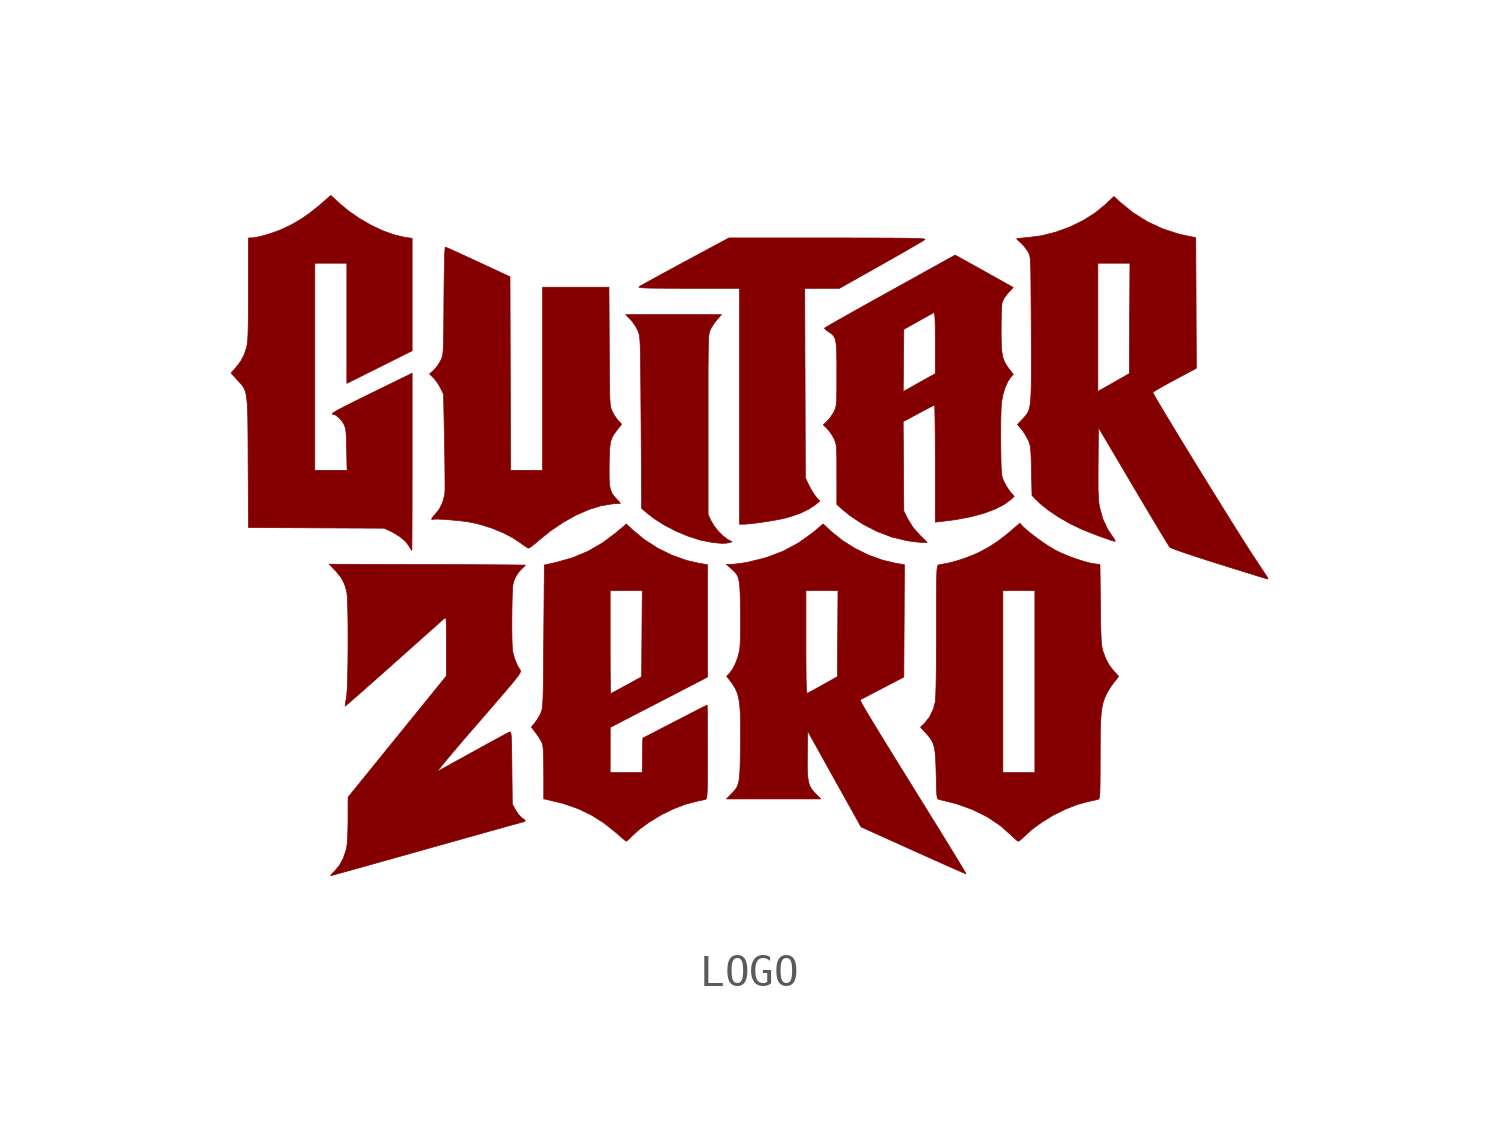
<source format=kicad_sym>
(kicad_symbol_lib
  (version 20220914)
  (generator bitmap2component)
  (symbol "LOGO"
    (pin_names
      (offset 1.016))
    (property "Reference" "#G"
      (at 0 10.02 0)
      (effects (font (size 1.27 1.27)) hide))
    (symbol "LOGO_0_0"
      (polyline (pts (xy -13.112 -10.65) (xy -13.028 -10.628) (xy -12.884 -10.589) (xy -12.684 -10.534) (xy -12.434 -10.464) (xy -12.139 -10.382) (xy -11.804 -10.288) (xy -11.434 -10.184) (xy -11.034 -10.072) (xy -10.609 -9.953) (xy -10.164 -9.827) (xy -9.862 -9.742) (xy -9.427 -9.62) (xy -9.015 -9.504) (xy -8.629 -9.396) (xy -8.276 -9.297) (xy -7.96 -9.209) (xy -7.688 -9.133) (xy -7.463 -9.07) (xy -7.292 -9.023) (xy -7.179 -8.992) (xy -7.13 -8.98) (xy -7.095 -8.972) (xy -7.04 -8.945) (xy -7.053 -8.908) (xy -7.132 -8.853) (xy -7.183 -8.812) (xy -7.264 -8.718) (xy -7.339 -8.603) (xy -7.444 -8.413) (xy -7.456 -7.271) (xy -7.459 -6.976) (xy -7.463 -6.719) (xy -7.467 -6.52) (xy -7.472 -6.372) (xy -7.478 -6.269) (xy -7.486 -6.202) (xy -7.497 -6.165) (xy -7.51 -6.151) (xy -7.527 -6.152) (xy -7.553 -6.164) (xy -7.637 -6.209) (xy -7.771 -6.281) (xy -7.946 -6.376) (xy -8.156 -6.49) (xy -8.392 -6.62) (xy -8.645 -6.76) (xy -8.823 -6.857) (xy -9.067 -6.992) (xy -9.289 -7.114) (xy -9.479 -7.219) (xy -9.631 -7.303) (xy -9.737 -7.36) (xy -9.787 -7.388) (xy -9.783 -7.374) (xy -9.736 -7.311) (xy -9.65 -7.204) (xy -9.527 -7.055) (xy -9.372 -6.87) (xy -9.189 -6.654) (xy -8.981 -6.41) (xy -8.752 -6.144) (xy -8.506 -5.86) (xy -8.364 -5.696) (xy -8.097 -5.388) (xy -7.873 -5.129) (xy -7.687 -4.912) (xy -7.537 -4.735) (xy -7.418 -4.593) (xy -7.328 -4.481) (xy -7.263 -4.396) (xy -7.22 -4.333) (xy -7.195 -4.288) (xy -7.185 -4.256) (xy -7.186 -4.234) (xy -7.196 -4.216) (xy -7.289 -4.058) (xy -7.373 -3.853) (xy -7.43 -3.639) (xy -7.435 -3.604) (xy -7.445 -3.476) (xy -7.452 -3.29) (xy -7.456 -3.055) (xy -7.458 -2.782) (xy -7.456 -2.48) (xy -7.454 -2.321) (xy -7.45 -2.067) (xy -7.445 -1.869) (xy -7.439 -1.719) (xy -7.431 -1.606) (xy -7.42 -1.521) (xy -7.405 -1.454) (xy -7.385 -1.396) (xy -7.359 -1.336) (xy -7.322 -1.264) (xy -7.238 -1.137) (xy -7.153 -1.041) (xy -7.117 -1.01) (xy -7.056 -0.952) (xy -7.032 -0.925) (xy -7.052 -0.924) (xy -7.138 -0.922) (xy -7.286 -0.92) (xy -7.492 -0.918) (xy -7.751 -0.916) (xy -8.056 -0.914) (xy -8.403 -0.912) (xy -8.787 -0.91) (xy -9.203 -0.909) (xy -9.644 -0.907) (xy -10.107 -0.905) (xy -13.183 -0.896) (xy -12.999 -1.085) (xy -12.97 -1.115) (xy -12.81 -1.312) (xy -12.702 -1.516) (xy -12.633 -1.751) (xy -12.628 -1.776) (xy -12.617 -1.893) (xy -12.608 -2.069) (xy -12.601 -2.293) (xy -12.595 -2.556) (xy -12.592 -2.846) (xy -12.591 -3.156) (xy -12.591 -3.474) (xy -12.593 -3.79) (xy -12.597 -4.094) (xy -12.603 -4.377) (xy -12.611 -4.629) (xy -12.62 -4.839) (xy -12.631 -4.997) (xy -12.643 -5.094) (xy -12.666 -5.212) (xy -12.68 -5.301) (xy -12.681 -5.34) (xy -12.665 -5.329) (xy -12.599 -5.274) (xy -12.489 -5.18) (xy -12.339 -5.049) (xy -12.153 -4.886) (xy -11.937 -4.695) (xy -11.694 -4.481) (xy -11.431 -4.247) (xy -11.151 -3.998) (xy -10.949 -3.818) (xy -10.677 -3.575) (xy -10.424 -3.349) (xy -10.194 -3.144) (xy -9.992 -2.965) (xy -9.824 -2.815) (xy -9.694 -2.7) (xy -9.608 -2.623) (xy -9.57 -2.59) (xy -9.562 -2.584) (xy -9.545 -2.576) (xy -9.532 -2.586) (xy -9.522 -2.623) (xy -9.515 -2.694) (xy -9.511 -2.806) (xy -9.508 -2.966) (xy -9.507 -3.184) (xy -9.507 -3.466) (xy -9.507 -4.395) (xy -11.048 -6.296) (xy -12.59 -8.198) (xy -12.591 -8.861) (xy -12.593 -9.049) (xy -12.598 -9.27) (xy -12.606 -9.469) (xy -12.616 -9.628) (xy -12.627 -9.732) (xy -12.654 -9.863) (xy -12.741 -10.114) (xy -12.863 -10.337) (xy -13.009 -10.511) (xy -13.077 -10.578) (xy -13.126 -10.634) (xy -13.132 -10.655) (xy -13.112 -10.65)) (stroke (width 0.01) (type default)) (fill (type outline)))
      (polyline (pts (xy 6.772 -10.59) (xy 6.74 -10.533) (xy 6.674 -10.422) (xy 6.577 -10.262) (xy 6.454 -10.059) (xy 6.306 -9.818) (xy 6.137 -9.543) (xy 5.95 -9.239) (xy 5.748 -8.913) (xy 5.535 -8.568) (xy 5.313 -8.211) (xy 5.005 -7.713) (xy 4.731 -7.272) (xy 4.491 -6.883) (xy 4.281 -6.543) (xy 4.1 -6.248) (xy 3.946 -5.997) (xy 3.818 -5.786) (xy 3.713 -5.611) (xy 3.629 -5.469) (xy 3.564 -5.358) (xy 3.517 -5.273) (xy 3.485 -5.212) (xy 3.467 -5.171) (xy 3.46 -5.148) (xy 3.463 -5.139) (xy 3.469 -5.137) (xy 3.526 -5.108) (xy 3.633 -5.053) (xy 3.782 -4.976) (xy 3.961 -4.883) (xy 4.162 -4.778) (xy 4.825 -4.431) (xy 4.835 -2.671) (xy 4.844 -0.911) (xy 4.567 -0.865) (xy 4.16 -0.769) (xy 3.717 -0.609) (xy 3.287 -0.397) (xy 2.887 -0.144) (xy 2.535 0.143) (xy 2.295 0.368) (xy 2.076 0.178) (xy 1.959 0.08) (xy 1.516 -0.235) (xy 1.037 -0.49) (xy 0.518 -0.688) (xy -0.045 -0.829) (xy -0.127 -0.844) (xy -0.3 -0.871) (xy -0.455 -0.89) (xy -0.566 -0.898) (xy -0.735 -0.899) (xy -0.586 -1.032) (xy -0.552 -1.063) (xy -0.48 -1.131) (xy -0.424 -1.197) (xy -0.381 -1.27) (xy -0.35 -1.359) (xy -0.328 -1.474) (xy -0.313 -1.624) (xy -0.309 -1.722) (xy 1.758 -1.722) (xy 2.261 -1.722) (xy 2.763 -1.722) (xy 2.754 -3.071) (xy 2.744 -4.419) (xy 2.296 -4.671) (xy 2.237 -4.704) (xy 2.078 -4.792) (xy 1.945 -4.865) (xy 1.849 -4.917) (xy 1.803 -4.941) (xy 1.793 -4.934) (xy 1.784 -4.896) (xy 1.776 -4.823) (xy 1.77 -4.709) (xy 1.765 -4.548) (xy 1.762 -4.336) (xy 1.76 -4.067) (xy 1.758 -3.737) (xy 1.758 -3.34) (xy 1.758 -1.722) (xy -0.309 -1.722) (xy -0.304 -1.817) (xy -0.298 -2.064) (xy -0.293 -2.373) (xy -0.292 -2.534) (xy -0.291 -2.816) (xy -0.293 -3.072) (xy -0.299 -3.29) (xy -0.307 -3.458) (xy -0.317 -3.567) (xy -0.317 -3.568) (xy -0.366 -3.78) (xy -0.442 -3.99) (xy -0.535 -4.176) (xy -0.634 -4.312) (xy -0.727 -4.409) (xy -0.619 -4.545) (xy -0.618 -4.547) (xy -0.534 -4.66) (xy -0.465 -4.772) (xy -0.41 -4.889) (xy -0.367 -5.021) (xy -0.335 -5.176) (xy -0.312 -5.362) (xy -0.298 -5.587) (xy -0.292 -5.859) (xy -0.29 -6.186) (xy -0.294 -6.577) (xy -0.298 -6.908) (xy -0.304 -7.177) (xy -0.312 -7.392) (xy -0.325 -7.561) (xy -0.343 -7.692) (xy -0.369 -7.796) (xy -0.405 -7.88) (xy -0.451 -7.952) (xy -0.51 -8.022) (xy -0.583 -8.099) (xy -0.732 -8.251) (xy 0.745 -8.251) (xy 2.223 -8.251) (xy 2.067 -8.096) (xy 1.997 -8.021) (xy 1.928 -7.931) (xy 1.876 -7.834) (xy 1.84 -7.717) (xy 1.817 -7.572) (xy 1.804 -7.386) (xy 1.8 -7.15) (xy 1.802 -6.853) (xy 1.812 -6.124) (xy 2.649 -7.627) (xy 3.486 -9.13) (xy 5.124 -9.868) (xy 5.196 -9.901) (xy 5.513 -10.043) (xy 5.808 -10.175) (xy 6.075 -10.294) (xy 6.309 -10.398) (xy 6.502 -10.482) (xy 6.648 -10.546) (xy 6.741 -10.585) (xy 6.775 -10.597) (xy 6.772 -10.59)) (stroke (width 0.01) (type default)) (fill (type outline)))
      (polyline (pts (xy -3.851 -9.564) (xy -3.792 -9.511) (xy -3.711 -9.432) (xy -3.476 -9.216) (xy -3.152 -8.977) (xy -2.791 -8.758) (xy -2.411 -8.57) (xy -2.031 -8.422) (xy -1.668 -8.325) (xy -1.569 -8.305) (xy -1.458 -8.281) (xy -1.39 -8.264) (xy -1.385 -8.263) (xy -1.371 -8.252) (xy -1.359 -8.228) (xy -1.349 -8.184) (xy -1.342 -8.114) (xy -1.336 -8.011) (xy -1.332 -7.869) (xy -1.33 -7.681) (xy -1.328 -7.441) (xy -1.327 -7.142) (xy -1.327 -6.778) (xy -1.327 -6.638) (xy -1.328 -6.331) (xy -1.329 -6.05) (xy -1.33 -5.804) (xy -1.332 -5.599) (xy -1.334 -5.443) (xy -1.336 -5.344) (xy -1.338 -5.31) (xy -1.348 -5.314) (xy -1.41 -5.345) (xy -1.525 -5.403) (xy -1.685 -5.485) (xy -1.881 -5.585) (xy -2.105 -5.701) (xy -2.352 -5.828) (xy -3.354 -6.346) (xy -3.364 -6.886) (xy -3.374 -7.426) (xy -3.876 -7.426) (xy -4.377 -7.426) (xy -4.376 -6.718) (xy -4.375 -6.009) (xy -2.851 -5.221) (xy -1.327 -4.432) (xy -1.327 -2.672) (xy -1.327 -0.911) (xy -1.597 -0.866) (xy -1.978 -0.779) (xy -2.439 -0.615) (xy -2.887 -0.394) (xy -3.307 -0.124) (xy -3.684 0.189) (xy -3.871 0.365) (xy -4.131 0.141) (xy -4.186 0.095) (xy -4.621 -0.231) (xy -5.074 -0.491) (xy -5.556 -0.693) (xy -6.081 -0.842) (xy -6.44 -0.922) (xy -6.446 -1.722) (xy -4.377 -1.722) (xy -3.874 -1.722) (xy -3.371 -1.722) (xy -3.381 -3.073) (xy -3.39 -4.425) (xy -3.871 -4.688) (xy -3.962 -4.737) (xy -4.117 -4.822) (xy -4.244 -4.89) (xy -4.33 -4.935) (xy -4.364 -4.951) (xy -4.366 -4.929) (xy -4.369 -4.842) (xy -4.371 -4.697) (xy -4.373 -4.5) (xy -4.375 -4.258) (xy -4.376 -3.979) (xy -4.377 -3.669) (xy -4.377 -3.337) (xy -4.377 -1.722) (xy -6.446 -1.722) (xy -6.458 -3.161) (xy -6.46 -3.414) (xy -6.463 -3.834) (xy -6.466 -4.191) (xy -6.47 -4.491) (xy -6.473 -4.738) (xy -6.477 -4.94) (xy -6.482 -5.101) (xy -6.488 -5.227) (xy -6.495 -5.325) (xy -6.503 -5.398) (xy -6.513 -5.454) (xy -6.525 -5.498) (xy -6.539 -5.535) (xy -6.555 -5.571) (xy -6.58 -5.622) (xy -6.659 -5.758) (xy -6.74 -5.872) (xy -6.846 -6) (xy -6.692 -6.202) (xy -6.613 -6.314) (xy -6.541 -6.434) (xy -6.498 -6.526) (xy -6.486 -6.586) (xy -6.474 -6.721) (xy -6.465 -6.914) (xy -6.46 -7.159) (xy -6.458 -7.449) (xy -6.458 -8.25) (xy -6.377 -8.266) (xy -6.367 -8.268) (xy -5.849 -8.394) (xy -5.384 -8.556) (xy -4.961 -8.758) (xy -4.568 -9.007) (xy -4.193 -9.307) (xy -4.086 -9.402) (xy -3.981 -9.492) (xy -3.906 -9.553) (xy -3.873 -9.576) (xy -3.851 -9.564)) (stroke (width 0.01) (type default)) (fill (type outline)))
      (polyline (pts (xy 8.443 -9.565) (xy 8.51 -9.512) (xy 8.594 -9.432) (xy 8.83 -9.216) (xy 9.153 -8.977) (xy 9.514 -8.758) (xy 9.894 -8.57) (xy 10.274 -8.422) (xy 10.637 -8.325) (xy 10.736 -8.305) (xy 10.847 -8.281) (xy 10.915 -8.264) (xy 10.926 -8.26) (xy 10.941 -8.244) (xy 10.952 -8.212) (xy 10.961 -8.157) (xy 10.968 -8.071) (xy 10.972 -7.949) (xy 10.975 -7.782) (xy 10.977 -7.564) (xy 10.978 -7.289) (xy 10.979 -6.949) (xy 10.98 -6.57) (xy 10.982 -6.243) (xy 10.988 -5.971) (xy 10.998 -5.748) (xy 11.012 -5.565) (xy 11.031 -5.413) (xy 11.056 -5.285) (xy 11.088 -5.173) (xy 11.128 -5.069) (xy 11.176 -4.964) (xy 11.223 -4.876) (xy 11.316 -4.729) (xy 11.413 -4.595) (xy 11.559 -4.411) (xy 11.415 -4.254) (xy 11.395 -4.232) (xy 11.261 -4.059) (xy 11.156 -3.865) (xy 11.066 -3.623) (xy 11.055 -3.589) (xy 11.04 -3.521) (xy 11.027 -3.439) (xy 11.016 -3.332) (xy 11.008 -3.194) (xy 11.002 -3.017) (xy 10.996 -2.791) (xy 10.991 -2.51) (xy 10.987 -2.166) (xy 10.972 -0.905) (xy 10.787 -0.881) (xy 10.671 -0.86) (xy 10.463 -0.806) (xy 10.227 -0.731) (xy 9.983 -0.64) (xy 9.752 -0.543) (xy 9.556 -0.447) (xy 9.52 -0.426) (xy 9.354 -0.325) (xy 9.167 -0.2) (xy 8.977 -0.062) (xy 8.798 0.074) (xy 8.648 0.198) (xy 8.544 0.298) (xy 8.459 0.389) (xy 8.175 0.143) (xy 8.049 0.037) (xy 7.776 -0.173) (xy 7.506 -0.35) (xy 7.211 -0.511) (xy 7.201 -0.516) (xy 7.001 -0.607) (xy 6.771 -0.696) (xy 6.535 -0.776) (xy 6.315 -0.84) (xy 6.135 -0.878) (xy 6.093 -0.884) (xy 5.984 -0.904) (xy 5.911 -0.92) (xy 5.908 -0.921) (xy 5.895 -0.93) (xy 5.884 -0.95) (xy 5.875 -0.986) (xy 5.867 -1.045) (xy 5.861 -1.131) (xy 5.857 -1.251) (xy 5.853 -1.409) (xy 5.851 -1.612) (xy 5.849 -1.864) (xy 5.848 -2.171) (xy 5.848 -2.539) (xy 5.848 -2.974) (xy 5.848 -3.193) (xy 5.846 -3.671) (xy 5.843 -4.09) (xy 5.839 -4.448) (xy 5.834 -4.742) (xy 5.827 -4.97) (xy 5.818 -5.13) (xy 5.809 -5.221) (xy 5.753 -5.431) (xy 5.636 -5.679) (xy 5.476 -5.88) (xy 5.348 -6.002) (xy 5.523 -6.193) (xy 5.529 -6.2) (xy 5.618 -6.303) (xy 5.687 -6.4) (xy 5.739 -6.503) (xy 5.777 -6.623) (xy 5.803 -6.771) (xy 5.82 -6.957) (xy 5.831 -7.193) (xy 5.837 -7.426) (xy 7.929 -7.426) (xy 7.929 -4.574) (xy 7.929 -1.722) (xy 8.431 -1.722) (xy 8.933 -1.722) (xy 8.933 -4.574) (xy 8.933 -7.426) (xy 8.431 -7.426) (xy 7.929 -7.426) (xy 5.837 -7.426) (xy 5.839 -7.489) (xy 5.843 -7.697) (xy 5.849 -7.899) (xy 5.855 -8.045) (xy 5.862 -8.145) (xy 5.873 -8.208) (xy 5.887 -8.243) (xy 5.907 -8.26) (xy 5.932 -8.268) (xy 6.464 -8.4) (xy 6.979 -8.584) (xy 7.441 -8.813) (xy 7.853 -9.089) (xy 8.216 -9.412) (xy 8.297 -9.491) (xy 8.372 -9.554) (xy 8.415 -9.578) (xy 8.443 -9.565)) (stroke (width 0.01) (type default)) (fill (type outline)))
      (polyline (pts (xy 16.237 -1.356) (xy 16.226 -1.319) (xy 16.222 -1.312) (xy 16.184 -1.255) (xy 16.115 -1.15) (xy 16.021 -1.007) (xy 15.908 -0.836) (xy 15.782 -0.646) (xy 15.78 -0.644) (xy 15.674 -0.481) (xy 15.542 -0.275) (xy 15.389 -0.033) (xy 15.216 0.241) (xy 15.028 0.542) (xy 14.828 0.863) (xy 14.619 1.199) (xy 14.405 1.545) (xy 14.188 1.896) (xy 13.973 2.245) (xy 13.763 2.588) (xy 13.56 2.92) (xy 13.369 3.233) (xy 13.193 3.525) (xy 13.034 3.788) (xy 12.897 4.017) (xy 12.784 4.207) (xy 12.7 4.353) (xy 12.647 4.448) (xy 12.628 4.488) (xy 12.633 4.494) (xy 12.685 4.529) (xy 12.788 4.591) (xy 12.933 4.674) (xy 13.11 4.772) (xy 13.31 4.88) (xy 13.992 5.245) (xy 13.983 7.292) (xy 13.974 9.338) (xy 13.636 9.406) (xy 13.451 9.448) (xy 12.941 9.612) (xy 12.453 9.84) (xy 11.996 10.127) (xy 11.582 10.467) (xy 11.41 10.628) (xy 11.128 10.363) (xy 10.823 10.114) (xy 10.444 9.875) (xy 10.026 9.671) (xy 9.585 9.51) (xy 9.135 9.397) (xy 8.691 9.339) (xy 8.611 9.333) (xy 8.481 9.322) (xy 8.392 9.312) (xy 8.359 9.304) (xy 8.372 9.288) (xy 8.425 9.234) (xy 8.505 9.16) (xy 8.553 9.113) (xy 8.654 8.995) (xy 8.729 8.882) (xy 8.741 8.86) (xy 8.755 8.829) (xy 8.767 8.793) (xy 8.777 8.746) (xy 8.786 8.682) (xy 8.792 8.597) (xy 8.798 8.484) (xy 8.803 8.338) (xy 8.806 8.154) (xy 8.809 7.926) (xy 8.811 7.648) (xy 8.813 7.315) (xy 8.816 6.921) (xy 8.818 6.461) (xy 8.82 6.003) (xy 8.821 5.581) (xy 8.822 5.221) (xy 8.82 4.917) (xy 8.817 4.662) (xy 8.813 4.52) (xy 10.906 4.52) (xy 10.906 6.529) (xy 10.906 8.538) (xy 11.409 8.538) (xy 11.912 8.538) (xy 11.902 6.809) (xy 11.893 5.08) (xy 11.606 4.916) (xy 11.57 4.895) (xy 11.406 4.802) (xy 11.244 4.709) (xy 11.113 4.635) (xy 10.906 4.52) (xy 8.813 4.52) (xy 8.811 4.452) (xy 8.802 4.281) (xy 8.789 4.143) (xy 8.771 4.033) (xy 8.749 3.946) (xy 8.722 3.876) (xy 8.688 3.817) (xy 8.648 3.764) (xy 8.601 3.711) (xy 8.547 3.653) (xy 8.386 3.481) (xy 8.504 3.348) (xy 8.553 3.284) (xy 8.64 3.152) (xy 8.714 3.015) (xy 8.736 2.969) (xy 8.761 2.904) (xy 8.781 2.835) (xy 8.795 2.751) (xy 8.805 2.64) (xy 8.813 2.492) (xy 8.819 2.295) (xy 8.825 2.038) (xy 8.843 1.259) (xy 8.969 1.128) (xy 9.112 0.993) (xy 9.375 0.783) (xy 9.684 0.576) (xy 10.024 0.382) (xy 10.379 0.21) (xy 10.449 0.18) (xy 10.607 0.116) (xy 10.783 0.047) (xy 10.964 -0.021) (xy 11.136 -0.082) (xy 11.283 -0.133) (xy 11.392 -0.167) (xy 11.449 -0.179) (xy 11.449 -0.179) (xy 11.446 -0.153) (xy 11.406 -0.085) (xy 11.339 0.01) (xy 11.214 0.198) (xy 11.063 0.519) (xy 10.961 0.885) (xy 10.956 0.91) (xy 10.94 1.011) (xy 10.928 1.127) (xy 10.92 1.269) (xy 10.914 1.446) (xy 10.912 1.667) (xy 10.912 1.941) (xy 10.914 2.278) (xy 10.924 3.39) (xy 12.015 1.542) (xy 12.202 1.226) (xy 12.391 0.908) (xy 12.566 0.614) (xy 12.726 0.347) (xy 12.866 0.114) (xy 12.983 -0.079) (xy 13.074 -0.227) (xy 13.135 -0.324) (xy 13.163 -0.365) (xy 13.184 -0.377) (xy 13.268 -0.412) (xy 13.409 -0.464) (xy 13.6 -0.53) (xy 13.832 -0.609) (xy 14.1 -0.697) (xy 14.394 -0.792) (xy 14.709 -0.891) (xy 14.914 -0.955) (xy 15.214 -1.049) (xy 15.488 -1.134) (xy 15.73 -1.209) (xy 15.932 -1.272) (xy 16.087 -1.319) (xy 16.187 -1.349) (xy 16.227 -1.36) (xy 16.237 -1.356)) (stroke (width 0.01) (type default)) (fill (type outline)))
      (polyline (pts (xy -10.593 -0.465) (xy -10.591 -0.414) (xy -10.59 -0.299) (xy -10.588 -0.124) (xy -10.587 0.105) (xy -10.586 0.383) (xy -10.585 0.704) (xy -10.584 1.063) (xy -10.584 1.454) (xy -10.583 1.872) (xy -10.583 2.311) (xy -10.583 5.089) (xy -11.839 4.475) (xy -11.905 4.442) (xy -12.231 4.282) (xy -12.497 4.15) (xy -12.707 4.043) (xy -12.867 3.96) (xy -12.98 3.897) (xy -13.051 3.852) (xy -13.085 3.823) (xy -13.084 3.808) (xy -13.055 3.803) (xy -12.989 3.781) (xy -12.895 3.713) (xy -12.802 3.615) (xy -12.727 3.504) (xy -12.71 3.471) (xy -12.686 3.41) (xy -12.668 3.339) (xy -12.655 3.244) (xy -12.647 3.114) (xy -12.64 2.937) (xy -12.635 2.7) (xy -12.621 2.045) (xy -13.127 2.045) (xy -13.633 2.045) (xy -13.633 5.292) (xy -13.633 8.538) (xy -13.13 8.538) (xy -12.628 8.538) (xy -12.628 6.655) (xy -12.628 4.772) (xy -11.606 5.282) (xy -10.583 5.793) (xy -10.583 7.556) (xy -10.583 9.318) (xy -10.772 9.343) (xy -10.818 9.35) (xy -11.148 9.427) (xy -11.502 9.554) (xy -11.866 9.725) (xy -12.225 9.932) (xy -12.566 10.167) (xy -12.873 10.423) (xy -13.131 10.662) (xy -13.373 10.45) (xy -13.477 10.359) (xy -13.784 10.113) (xy -14.075 9.911) (xy -14.369 9.741) (xy -14.685 9.592) (xy -14.762 9.56) (xy -14.952 9.491) (xy -15.152 9.428) (xy -15.343 9.376) (xy -15.505 9.341) (xy -15.621 9.328) (xy -15.713 9.328) (xy -15.713 7.721) (xy -15.713 7.706) (xy -15.714 7.308) (xy -15.715 6.975) (xy -15.718 6.7) (xy -15.722 6.477) (xy -15.727 6.299) (xy -15.734 6.16) (xy -15.743 6.053) (xy -15.754 5.971) (xy -15.767 5.908) (xy -15.768 5.906) (xy -15.847 5.665) (xy -15.954 5.463) (xy -16.108 5.264) (xy -16.258 5.093) (xy -16.062 4.881) (xy -16.041 4.859) (xy -15.978 4.79) (xy -15.923 4.728) (xy -15.878 4.666) (xy -15.84 4.599) (xy -15.809 4.519) (xy -15.785 4.422) (xy -15.766 4.302) (xy -15.752 4.151) (xy -15.741 3.965) (xy -15.734 3.737) (xy -15.73 3.461) (xy -15.726 3.132) (xy -15.724 2.743) (xy -15.722 2.288) (xy -15.711 0.253) (xy -13.586 0.243) (xy -11.462 0.233) (xy -11.249 0.134) (xy -11.18 0.099) (xy -10.962 -0.035) (xy -10.788 -0.183) (xy -10.673 -0.337) (xy -10.656 -0.367) (xy -10.614 -0.438) (xy -10.593 -0.466) (xy -10.593 -0.465)) (stroke (width 0.01) (type default)) (fill (type outline)))
      (polyline (pts (xy -6.92 -0.388) (xy -6.857 -0.348) (xy -6.763 -0.276) (xy -6.651 -0.181) (xy -6.619 -0.153) (xy -6.238 0.154) (xy -5.844 0.42) (xy -5.447 0.642) (xy -5.055 0.814) (xy -4.679 0.932) (xy -4.326 0.992) (xy -4.054 1.015) (xy -4.195 1.168) (xy -4.227 1.203) (xy -4.293 1.287) (xy -4.341 1.374) (xy -4.375 1.476) (xy -4.396 1.604) (xy -4.407 1.77) (xy -4.41 1.985) (xy -4.407 2.26) (xy -4.404 2.411) (xy -4.396 2.632) (xy -4.384 2.802) (xy -4.364 2.934) (xy -4.331 3.042) (xy -4.283 3.139) (xy -4.217 3.237) (xy -4.128 3.352) (xy -4.016 3.492) (xy -4.123 3.603) (xy -4.16 3.646) (xy -4.243 3.765) (xy -4.312 3.893) (xy -4.32 3.91) (xy -4.337 3.95) (xy -4.352 3.992) (xy -4.364 4.043) (xy -4.373 4.109) (xy -4.381 4.196) (xy -4.387 4.31) (xy -4.391 4.458) (xy -4.395 4.647) (xy -4.398 4.882) (xy -4.4 5.169) (xy -4.403 5.516) (xy -4.405 5.928) (xy -4.415 7.785) (xy -5.454 7.785) (xy -6.494 7.785) (xy -6.494 4.915) (xy -6.494 2.045) (xy -6.995 2.045) (xy -7.498 2.045) (xy -7.507 5.077) (xy -7.516 8.11) (xy -8.513 8.575) (xy -8.618 8.624) (xy -8.86 8.736) (xy -9.077 8.836) (xy -9.262 8.92) (xy -9.407 8.985) (xy -9.504 9.026) (xy -9.543 9.041) (xy -9.548 9.028) (xy -9.555 8.953) (xy -9.562 8.814) (xy -9.569 8.618) (xy -9.574 8.369) (xy -9.579 8.074) (xy -9.583 7.737) (xy -9.586 7.364) (xy -9.588 7.031) (xy -9.591 6.696) (xy -9.593 6.42) (xy -9.596 6.197) (xy -9.6 6.02) (xy -9.606 5.882) (xy -9.612 5.776) (xy -9.621 5.696) (xy -9.632 5.635) (xy -9.646 5.586) (xy -9.662 5.543) (xy -9.682 5.498) (xy -9.717 5.43) (xy -9.807 5.295) (xy -9.902 5.188) (xy -10.038 5.065) (xy -9.914 4.946) (xy -9.861 4.886) (xy -9.77 4.761) (xy -9.694 4.628) (xy -9.597 4.431) (xy -9.568 2.978) (xy -9.566 2.882) (xy -9.561 2.562) (xy -9.557 2.261) (xy -9.554 1.987) (xy -9.552 1.749) (xy -9.552 1.556) (xy -9.553 1.417) (xy -9.556 1.341) (xy -9.564 1.279) (xy -9.623 1.053) (xy -9.722 0.844) (xy -9.85 0.679) (xy -9.909 0.618) (xy -9.962 0.548) (xy -9.97 0.509) (xy -9.929 0.511) (xy -9.867 0.518) (xy -9.748 0.517) (xy -9.588 0.509) (xy -9.403 0.495) (xy -9.207 0.477) (xy -9.016 0.457) (xy -8.845 0.434) (xy -8.709 0.411) (xy -8.498 0.362) (xy -8.115 0.246) (xy -7.753 0.1) (xy -7.428 -0.067) (xy -7.157 -0.248) (xy -7.069 -0.314) (xy -6.984 -0.369) (xy -6.935 -0.392) (xy -6.92 -0.388)) (stroke (width 0.01) (type default)) (fill (type outline)))
      (polyline (pts (xy -0.743 -0.237) (xy -0.646 -0.218) (xy -0.556 -0.193) (xy -0.669 -0.133) (xy -0.698 -0.117) (xy -0.841 -0.008) (xy -0.989 0.14) (xy -1.121 0.305) (xy -1.217 0.466) (xy -1.309 0.664) (xy -1.309 3.48) (xy -1.309 3.621) (xy -1.309 4.118) (xy -1.309 4.551) (xy -1.309 4.922) (xy -1.308 5.238) (xy -1.306 5.504) (xy -1.304 5.723) (xy -1.301 5.902) (xy -1.297 6.046) (xy -1.292 6.158) (xy -1.286 6.245) (xy -1.278 6.31) (xy -1.27 6.36) (xy -1.259 6.398) (xy -1.247 6.431) (xy -1.233 6.462) (xy -1.204 6.518) (xy -1.117 6.654) (xy -1.022 6.776) (xy -0.888 6.924) (xy -2.389 6.924) (xy -3.889 6.924) (xy -3.738 6.769) (xy -3.68 6.704) (xy -3.58 6.561) (xy -3.506 6.419) (xy -3.492 6.385) (xy -3.479 6.348) (xy -3.468 6.305) (xy -3.458 6.253) (xy -3.45 6.185) (xy -3.443 6.097) (xy -3.437 5.983) (xy -3.432 5.839) (xy -3.428 5.659) (xy -3.424 5.437) (xy -3.421 5.17) (xy -3.418 4.852) (xy -3.415 4.477) (xy -3.412 4.041) (xy -3.408 3.539) (xy -3.39 0.853) (xy -3.247 0.728) (xy -3.024 0.552) (xy -2.687 0.335) (xy -2.316 0.142) (xy -1.93 -0.019) (xy -1.549 -0.14) (xy -1.191 -0.211) (xy -1.026 -0.23) (xy -0.865 -0.241) (xy -0.743 -0.237)) (stroke (width 0.01) (type default)) (fill (type outline)))
      (polyline (pts (xy 5.314 0.029) (xy 5.115 0.255) (xy 4.948 0.521) (xy 4.825 0.77) (xy 4.815 2.171) (xy 4.805 3.572) (xy 5.284 3.831) (xy 5.372 3.878) (xy 5.53 3.962) (xy 5.659 4.029) (xy 5.749 4.074) (xy 5.788 4.09) (xy 5.789 4.087) (xy 5.794 4.031) (xy 5.798 3.913) (xy 5.802 3.738) (xy 5.805 3.514) (xy 5.808 3.247) (xy 5.81 2.944) (xy 5.811 2.612) (xy 5.812 2.257) (xy 5.812 0.423) (xy 6.036 0.447) (xy 6.492 0.508) (xy 6.944 0.595) (xy 7.345 0.704) (xy 7.688 0.832) (xy 7.971 0.978) (xy 8.188 1.14) (xy 8.285 1.231) (xy 8.173 1.358) (xy 8.125 1.42) (xy 8.04 1.55) (xy 7.968 1.685) (xy 7.967 1.687) (xy 7.94 1.747) (xy 7.918 1.803) (xy 7.902 1.864) (xy 7.89 1.941) (xy 7.881 2.042) (xy 7.875 2.177) (xy 7.87 2.356) (xy 7.867 2.587) (xy 7.863 2.881) (xy 7.862 3.116) (xy 7.862 3.396) (xy 7.866 3.655) (xy 7.871 3.882) (xy 7.879 4.063) (xy 7.889 4.185) (xy 7.932 4.417) (xy 8 4.642) (xy 8.087 4.834) (xy 8.184 4.974) (xy 8.257 5.051) (xy 8.132 5.214) (xy 8.082 5.281) (xy 8.012 5.388) (xy 7.96 5.495) (xy 7.922 5.613) (xy 7.898 5.754) (xy 7.883 5.931) (xy 7.877 6.155) (xy 7.875 6.44) (xy 7.875 6.459) (xy 7.877 6.688) (xy 7.881 6.899) (xy 7.887 7.081) (xy 7.895 7.217) (xy 7.904 7.296) (xy 7.909 7.314) (xy 7.974 7.454) (xy 8.094 7.606) (xy 8.254 7.777) (xy 7.58 8.154) (xy 7.542 8.176) (xy 7.325 8.297) (xy 7.115 8.414) (xy 6.927 8.518) (xy 6.774 8.603) (xy 6.669 8.661) (xy 6.432 8.791) (xy 4.391 7.66) (xy 4.262 7.588) (xy 3.916 7.396) (xy 3.591 7.215) (xy 3.292 7.048) (xy 3.025 6.897) (xy 2.794 6.767) (xy 2.605 6.659) (xy 2.463 6.577) (xy 2.373 6.524) (xy 2.341 6.502) (xy 2.343 6.493) (xy 2.383 6.45) (xy 2.459 6.394) (xy 2.506 6.363) (xy 2.571 6.315) (xy 2.621 6.263) (xy 2.659 6.198) (xy 2.687 6.113) (xy 2.706 5.998) (xy 2.717 5.846) (xy 2.723 5.647) (xy 2.726 5.393) (xy 2.726 5.076) (xy 2.726 4.798) (xy 2.725 4.561) (xy 2.724 4.514) (xy 4.806 4.514) (xy 4.816 5.489) (xy 4.825 6.464) (xy 5.274 6.715) (xy 5.333 6.749) (xy 5.491 6.837) (xy 5.625 6.91) (xy 5.721 6.962) (xy 5.767 6.985) (xy 5.779 6.981) (xy 5.79 6.944) (xy 5.799 6.869) (xy 5.805 6.747) (xy 5.809 6.572) (xy 5.811 6.339) (xy 5.812 6.04) (xy 5.811 5.076) (xy 5.569 4.942) (xy 5.413 4.855) (xy 5.232 4.754) (xy 5.067 4.661) (xy 4.806 4.514) (xy 2.724 4.514) (xy 2.723 4.379) (xy 2.718 4.24) (xy 2.711 4.138) (xy 2.7 4.061) (xy 2.685 4) (xy 2.666 3.947) (xy 2.641 3.893) (xy 2.609 3.832) (xy 2.521 3.7) (xy 2.429 3.592) (xy 2.302 3.472) (xy 2.429 3.345) (xy 2.473 3.296) (xy 2.566 3.168) (xy 2.641 3.035) (xy 2.656 3.001) (xy 2.679 2.945) (xy 2.696 2.886) (xy 2.708 2.814) (xy 2.716 2.719) (xy 2.722 2.591) (xy 2.725 2.421) (xy 2.726 2.198) (xy 2.726 1.913) (xy 2.727 0.975) (xy 2.897 0.824) (xy 3.147 0.621) (xy 3.561 0.348) (xy 4.005 0.123) (xy 4.464 -0.049) (xy 4.922 -0.158) (xy 4.947 -0.162) (xy 5.113 -0.186) (xy 5.271 -0.204) (xy 5.389 -0.212) (xy 5.558 -0.215) (xy 5.314 0.029)) (stroke (width 0.01) (type default)) (fill (type outline)))
      (polyline (pts (xy -0.096 0.363) (xy 0.082 0.38) (xy 0.296 0.407) (xy 0.528 0.441) (xy 0.758 0.479) (xy 0.967 0.519) (xy 1.138 0.557) (xy 1.297 0.602) (xy 1.596 0.709) (xy 1.854 0.834) (xy 2.055 0.97) (xy 2.19 1.083) (xy 2.076 1.212) (xy 2.009 1.302) (xy 1.926 1.436) (xy 1.851 1.577) (xy 1.74 1.812) (xy 1.73 4.78) (xy 1.72 7.749) (xy 2.264 7.749) (xy 2.808 7.749) (xy 4.121 8.489) (xy 4.263 8.569) (xy 4.537 8.724) (xy 4.789 8.868) (xy 5.013 8.997) (xy 5.202 9.106) (xy 5.348 9.192) (xy 5.446 9.251) (xy 5.488 9.278) (xy 5.49 9.282) (xy 5.483 9.291) (xy 5.452 9.298) (xy 5.394 9.304) (xy 5.306 9.309) (xy 5.182 9.314) (xy 5.019 9.318) (xy 4.813 9.321) (xy 4.56 9.323) (xy 4.255 9.325) (xy 3.895 9.326) (xy 3.476 9.327) (xy 2.993 9.328) (xy 2.442 9.328) (xy -0.657 9.328) (xy -2.028 8.591) (xy -2.206 8.494) (xy -2.487 8.343) (xy -2.745 8.203) (xy -2.975 8.077) (xy -3.169 7.971) (xy -3.32 7.887) (xy -3.421 7.83) (xy -3.466 7.802) (xy -3.475 7.79) (xy -3.463 7.78) (xy -3.424 7.772) (xy -3.353 7.765) (xy -3.243 7.76) (xy -3.09 7.756) (xy -2.887 7.754) (xy -2.63 7.752) (xy -2.312 7.751) (xy -1.928 7.75) (xy -0.323 7.749) (xy -0.323 4.054) (xy -0.323 0.359) (xy -0.201 0.359) (xy -0.096 0.363)) (stroke (width 0.01) (type default)) (fill (type outline))))))
</source>
